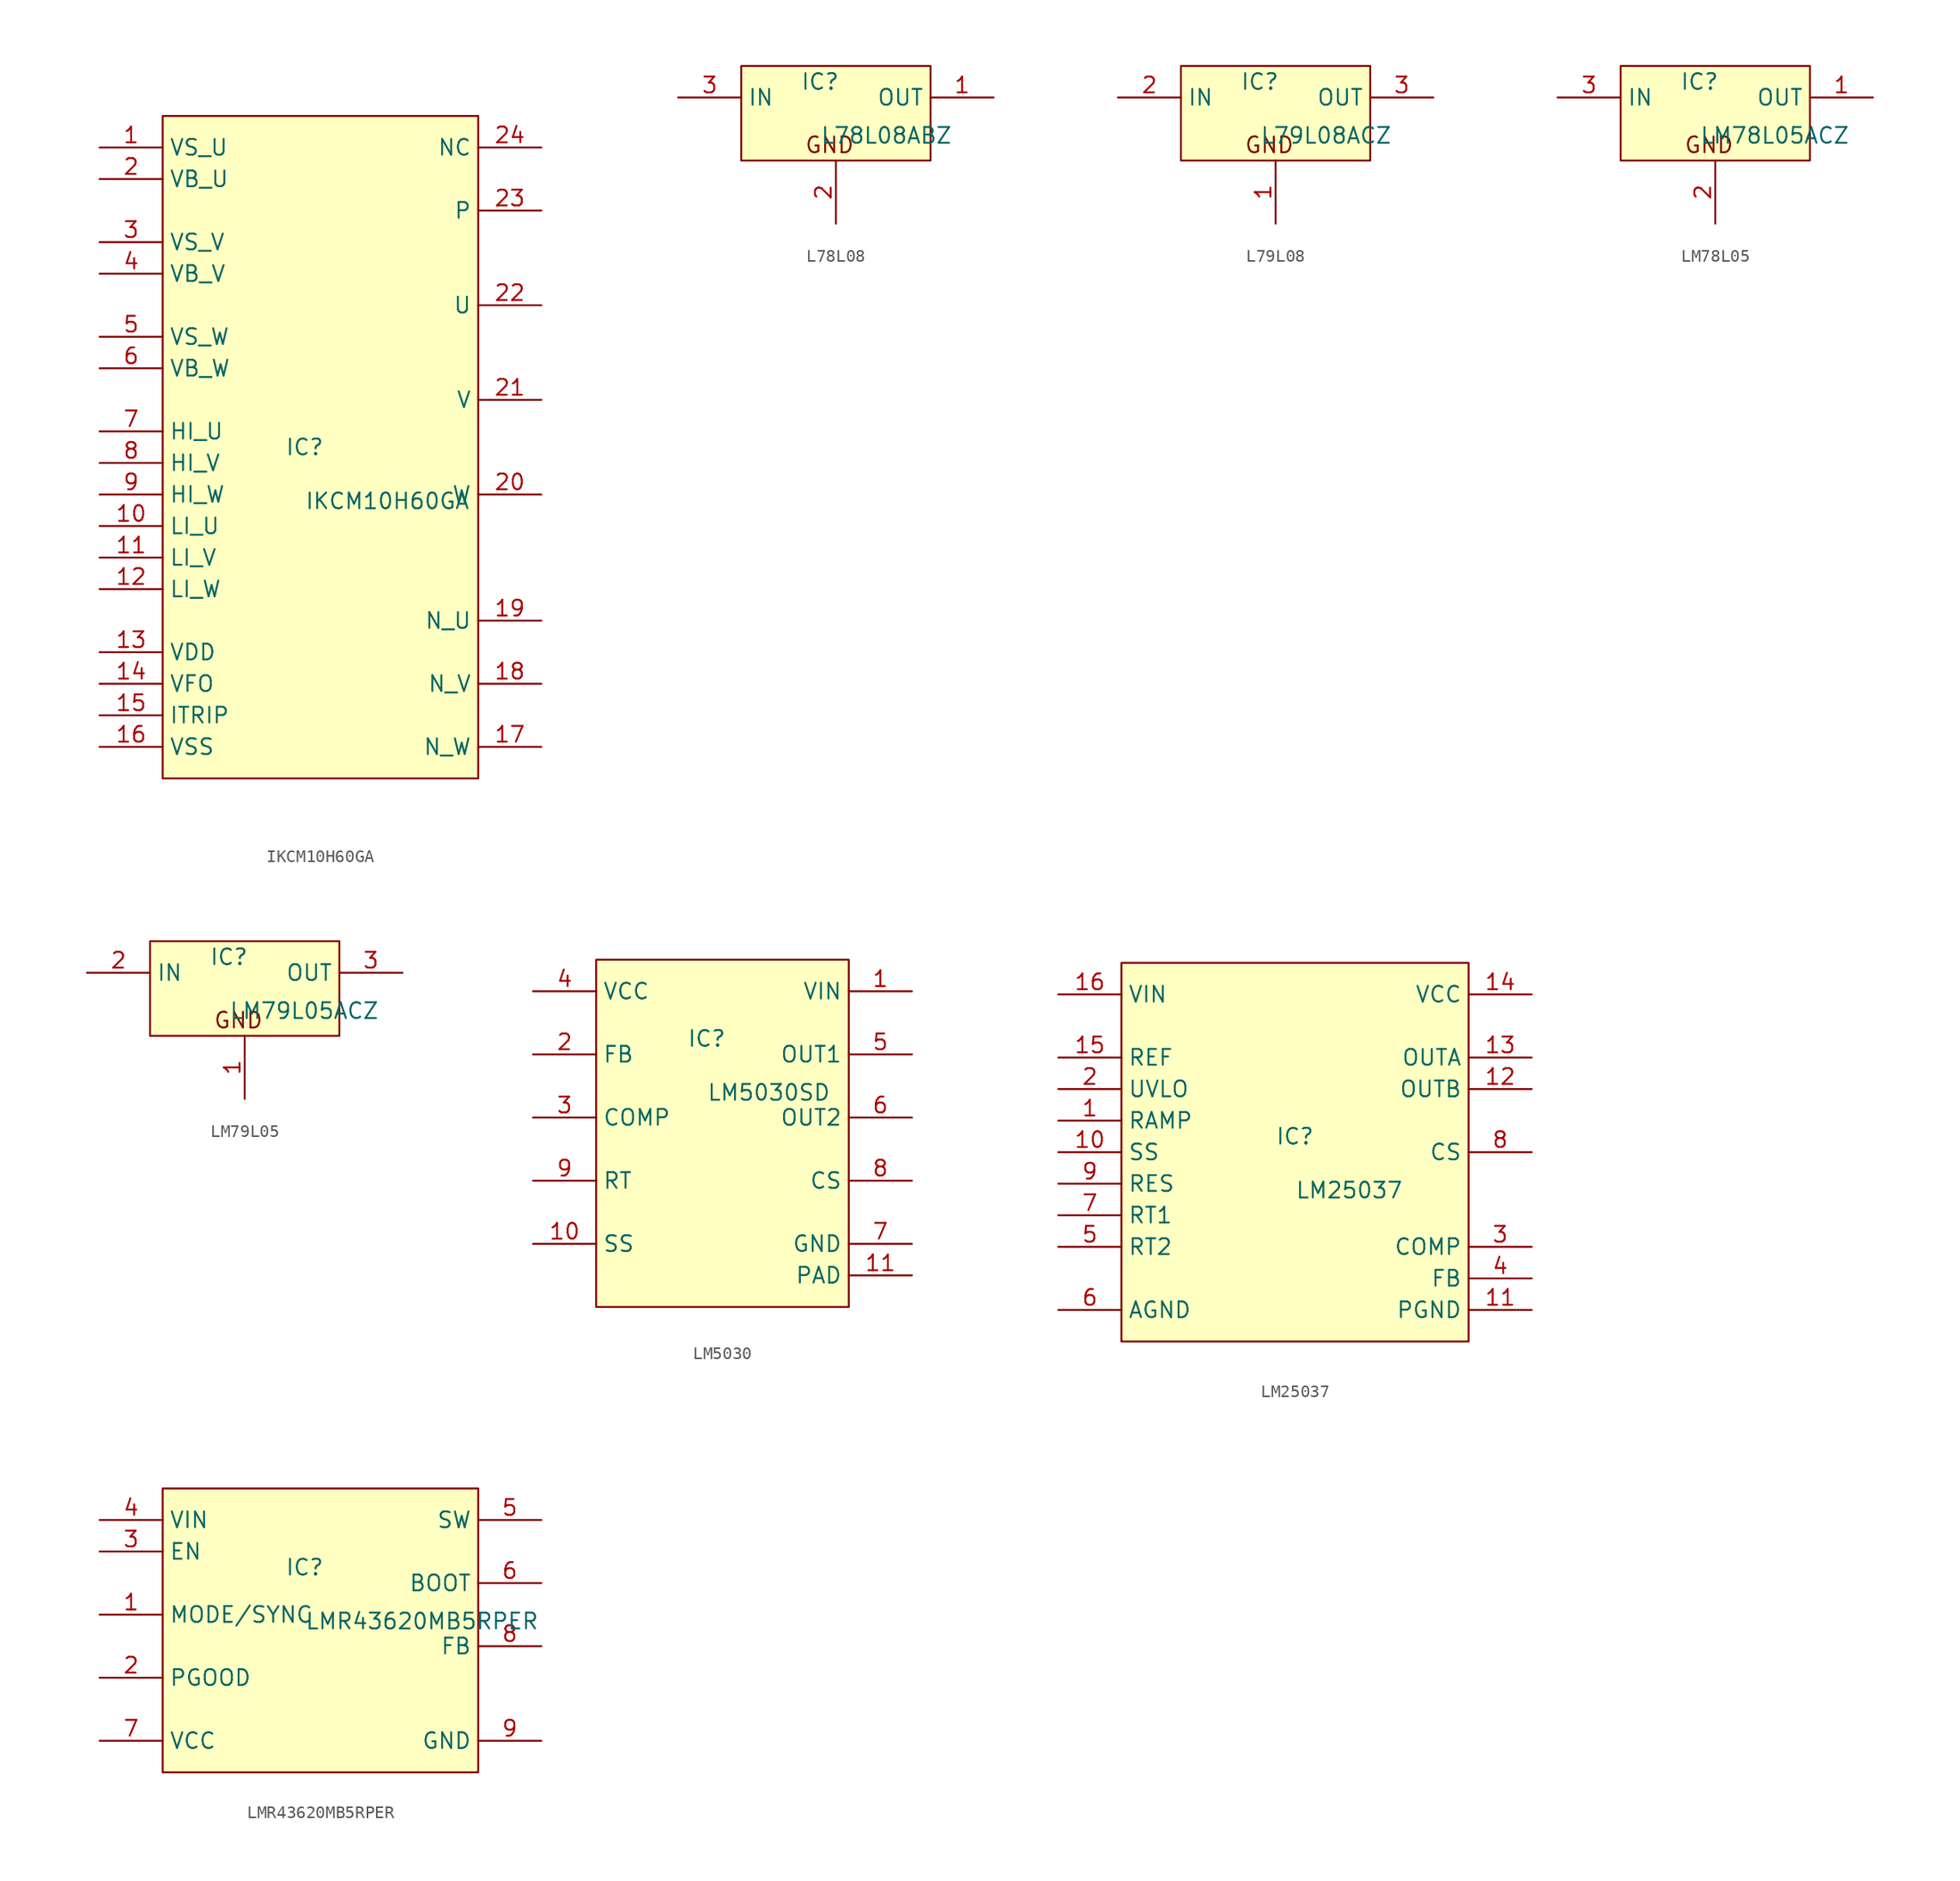
<source format=kicad_sym>
(kicad_symbol_lib
  (version 20231120)
  (generator "kicad_symbol_editor")
  (generator_version "8.0")
  (symbol "IKCM10H60GA"
    (property "Reference" "IC"
      (at -1.27 1.27 0)
      (effects (font (size 1.27 1.27))))
    (property "Value" "IKCM10H60GA"
      (at -1.27 -3.81 0)
      (effects (font (size 1.27 1.27)) (justify left bottom)))
    (symbol "IKCM10H60GA_1_0"
      (rectangle (start -12.7 27.94) (end 12.7 -25.4) (stroke (width 0) (type solid) (color 128 0 0 1)) (fill (type background)))
      (pin passive line (at -17.78 25.4 0) (length 5.08) (name "VS_U" (effects (font (size 1.27 1.27)))) (number "1" (effects (font (size 1.27 1.27)))))
      (pin input line (at -17.78 -5.08 0) (length 5.08) (name "LI_U" (effects (font (size 1.27 1.27)))) (number "10" (effects (font (size 1.27 1.27)))))
      (pin input line (at -17.78 -7.62 0) (length 5.08) (name "LI_V" (effects (font (size 1.27 1.27)))) (number "11" (effects (font (size 1.27 1.27)))))
      (pin input line (at -17.78 -10.16 0) (length 5.08) (name "LI_W" (effects (font (size 1.27 1.27)))) (number "12" (effects (font (size 1.27 1.27)))))
      (pin passive line (at -17.78 -15.24 0) (length 5.08) (name "VDD" (effects (font (size 1.27 1.27)))) (number "13" (effects (font (size 1.27 1.27)))))
      (pin output line (at -17.78 -17.78 0) (length 5.08) (name "VFO" (effects (font (size 1.27 1.27)))) (number "14" (effects (font (size 1.27 1.27)))))
      (pin input line (at -17.78 -20.32 0) (length 5.08) (name "ITRIP" (effects (font (size 1.27 1.27)))) (number "15" (effects (font (size 1.27 1.27)))))
      (pin passive line (at -17.78 -22.86 0) (length 5.08) (name "VSS" (effects (font (size 1.27 1.27)))) (number "16" (effects (font (size 1.27 1.27)))))
      (pin passive line (at 17.78 -22.86 180) (length 5.08) (name "N_W" (effects (font (size 1.27 1.27)))) (number "17" (effects (font (size 1.27 1.27)))))
      (pin passive line (at 17.78 -17.78 180) (length 5.08) (name "N_V" (effects (font (size 1.27 1.27)))) (number "18" (effects (font (size 1.27 1.27)))))
      (pin passive line (at 17.78 -12.7 180) (length 5.08) (name "N_U" (effects (font (size 1.27 1.27)))) (number "19" (effects (font (size 1.27 1.27)))))
      (pin passive line (at -17.78 22.86 0) (length 5.08) (name "VB_U" (effects (font (size 1.27 1.27)))) (number "2" (effects (font (size 1.27 1.27)))))
      (pin passive line (at 17.78 -2.54 180) (length 5.08) (name "W" (effects (font (size 1.27 1.27)))) (number "20" (effects (font (size 1.27 1.27)))))
      (pin passive line (at 17.78 5.08 180) (length 5.08) (name "V" (effects (font (size 1.27 1.27)))) (number "21" (effects (font (size 1.27 1.27)))))
      (pin passive line (at 17.78 12.7 180) (length 5.08) (name "U" (effects (font (size 1.27 1.27)))) (number "22" (effects (font (size 1.27 1.27)))))
      (pin passive line (at 17.78 20.32 180) (length 5.08) (name "P" (effects (font (size 1.27 1.27)))) (number "23" (effects (font (size 1.27 1.27)))))
      (pin passive line (at 17.78 25.4 180) (length 5.08) (name "NC" (effects (font (size 1.27 1.27)))) (number "24" (effects (font (size 1.27 1.27)))))
      (pin passive line (at -17.78 17.78 0) (length 5.08) (name "VS_V" (effects (font (size 1.27 1.27)))) (number "3" (effects (font (size 1.27 1.27)))))
      (pin passive line (at -17.78 15.24 0) (length 5.08) (name "VB_V" (effects (font (size 1.27 1.27)))) (number "4" (effects (font (size 1.27 1.27)))))
      (pin passive line (at -17.78 10.16 0) (length 5.08) (name "VS_W" (effects (font (size 1.27 1.27)))) (number "5" (effects (font (size 1.27 1.27)))))
      (pin passive line (at -17.78 7.62 0) (length 5.08) (name "VB_W" (effects (font (size 1.27 1.27)))) (number "6" (effects (font (size 1.27 1.27)))))
      (pin input line (at -17.78 2.54 0) (length 5.08) (name "HI_U" (effects (font (size 1.27 1.27)))) (number "7" (effects (font (size 1.27 1.27)))))
      (pin input line (at -17.78 0 0) (length 5.08) (name "HI_V" (effects (font (size 1.27 1.27)))) (number "8" (effects (font (size 1.27 1.27)))))
      (pin input line (at -17.78 -2.54 0) (length 5.08) (name "HI_W" (effects (font (size 1.27 1.27)))) (number "9" (effects (font (size 1.27 1.27)))))))
  (symbol "L78L08"
    (property "Reference" "IC"
      (at -1.27 1.27 0)
      (effects (font (size 1.27 1.27))))
    (property "Value" "L78L08ABZ"
      (at -1.27 -3.81 0)
      (effects (font (size 1.27 1.27)) (justify left bottom)))
    (symbol "L78L08_1_0"
      (rectangle (start -7.62 2.54) (end 7.62 -5.08) (stroke (width 0) (type solid) (color 128 0 0 1)) (fill (type background)))
      (text "GND" (at -2.54 -4.572 0) (effects (font (size 1.27 1.27)) (justify left bottom)))
      (pin passive line (at 12.7 0 180) (length 5.08) (name "OUT" (effects (font (size 1.27 1.27)))) (number "1" (effects (font (size 1.27 1.27)))))
      (pin passive line (at 0 -10.16 90) (length 5.08) (name "GND" (effects (font (size 0 0)))) (number "2" (effects (font (size 1.27 1.27)))))
      (pin passive line (at -12.7 0 0) (length 5.08) (name "IN" (effects (font (size 1.27 1.27)))) (number "3" (effects (font (size 1.27 1.27)))))))
  (symbol "L79L08"
    (property "Reference" "IC"
      (at -1.27 1.27 0)
      (effects (font (size 1.27 1.27))))
    (property "Value" "L79L08ACZ"
      (at -1.27 -3.81 0)
      (effects (font (size 1.27 1.27)) (justify left bottom)))
    (symbol "L79L08_1_0"
      (rectangle (start -7.62 2.54) (end 7.62 -5.08) (stroke (width 0) (type solid) (color 128 0 0 1)) (fill (type background)))
      (text "GND" (at -2.54 -4.572 0) (effects (font (size 1.27 1.27)) (justify left bottom)))
      (pin passive line (at 0 -10.16 90) (length 5.08) (name "GND" (effects (font (size 0 0)))) (number "1" (effects (font (size 1.27 1.27)))))
      (pin passive line (at -12.7 0 0) (length 5.08) (name "IN" (effects (font (size 1.27 1.27)))) (number "2" (effects (font (size 1.27 1.27)))))
      (pin passive line (at 12.7 0 180) (length 5.08) (name "OUT" (effects (font (size 1.27 1.27)))) (number "3" (effects (font (size 1.27 1.27)))))))
  (symbol "LM78L05"
    (property "Reference" "IC"
      (at -1.27 1.27 0)
      (effects (font (size 1.27 1.27))))
    (property "Value" "LM78L05ACZ"
      (at -1.27 -3.81 0)
      (effects (font (size 1.27 1.27)) (justify left bottom)))
    (symbol "LM78L05_1_0"
      (rectangle (start -7.62 2.54) (end 7.62 -5.08) (stroke (width 0) (type solid) (color 128 0 0 1)) (fill (type background)))
      (text "GND" (at -2.54 -4.572 0) (effects (font (size 1.27 1.27)) (justify left bottom)))
      (pin passive line (at 12.7 0 180) (length 5.08) (name "OUT" (effects (font (size 1.27 1.27)))) (number "1" (effects (font (size 1.27 1.27)))))
      (pin passive line (at 0 -10.16 90) (length 5.08) (name "GND" (effects (font (size 0 0)))) (number "2" (effects (font (size 1.27 1.27)))))
      (pin passive line (at -12.7 0 0) (length 5.08) (name "IN" (effects (font (size 1.27 1.27)))) (number "3" (effects (font (size 1.27 1.27)))))))
  (symbol "LM79L05"
    (property "Reference" "IC"
      (at -1.27 1.27 0)
      (effects (font (size 1.27 1.27))))
    (property "Value" "LM79L05ACZ"
      (at -1.27 -3.81 0)
      (effects (font (size 1.27 1.27)) (justify left bottom)))
    (symbol "LM79L05_1_0"
      (rectangle (start -7.62 2.54) (end 7.62 -5.08) (stroke (width 0) (type solid) (color 128 0 0 1)) (fill (type background)))
      (text "GND" (at -2.54 -4.572 0) (effects (font (size 1.27 1.27)) (justify left bottom)))
      (pin passive line (at 0 -10.16 90) (length 5.08) (name "GND" (effects (font (size 0 0)))) (number "1" (effects (font (size 1.27 1.27)))))
      (pin passive line (at -12.7 0 0) (length 5.08) (name "IN" (effects (font (size 1.27 1.27)))) (number "2" (effects (font (size 1.27 1.27)))))
      (pin passive line (at 12.7 0 180) (length 5.08) (name "OUT" (effects (font (size 1.27 1.27)))) (number "3" (effects (font (size 1.27 1.27)))))))
  (symbol "LM5030"
    (property "Reference" "IC"
      (at -1.27 1.27 0)
      (effects (font (size 1.27 1.27))))
    (property "Value" "LM5030SD"
      (at -1.27 -3.81 0)
      (effects (font (size 1.27 1.27)) (justify left bottom)))
    (symbol "LM5030_1_0"
      (rectangle (start -10.16 7.62) (end 10.16 -20.32) (stroke (width 0) (type solid) (color 128 0 0 1)) (fill (type background)))
      (pin passive line (at 15.24 5.08 180) (length 5.08) (name "VIN" (effects (font (size 1.27 1.27)))) (number "1" (effects (font (size 1.27 1.27)))))
      (pin input line (at -15.24 -15.24 0) (length 5.08) (name "SS" (effects (font (size 1.27 1.27)))) (number "10" (effects (font (size 1.27 1.27)))))
      (pin passive line (at 15.24 -17.78 180) (length 5.08) (name "PAD" (effects (font (size 1.27 1.27)))) (number "11" (effects (font (size 1.27 1.27)))))
      (pin input line (at -15.24 0 0) (length 5.08) (name "FB" (effects (font (size 1.27 1.27)))) (number "2" (effects (font (size 1.27 1.27)))))
      (pin output line (at -15.24 -5.08 0) (length 5.08) (name "COMP" (effects (font (size 1.27 1.27)))) (number "3" (effects (font (size 1.27 1.27)))))
      (pin passive line (at -15.24 5.08 0) (length 5.08) (name "VCC" (effects (font (size 1.27 1.27)))) (number "4" (effects (font (size 1.27 1.27)))))
      (pin output line (at 15.24 0 180) (length 5.08) (name "OUT1" (effects (font (size 1.27 1.27)))) (number "5" (effects (font (size 1.27 1.27)))))
      (pin output line (at 15.24 -5.08 180) (length 5.08) (name "OUT2" (effects (font (size 1.27 1.27)))) (number "6" (effects (font (size 1.27 1.27)))))
      (pin passive line (at 15.24 -15.24 180) (length 5.08) (name "GND" (effects (font (size 1.27 1.27)))) (number "7" (effects (font (size 1.27 1.27)))))
      (pin input line (at 15.24 -10.16 180) (length 5.08) (name "CS" (effects (font (size 1.27 1.27)))) (number "8" (effects (font (size 1.27 1.27)))))
      (pin input line (at -15.24 -10.16 0) (length 5.08) (name "RT" (effects (font (size 1.27 1.27)))) (number "9" (effects (font (size 1.27 1.27)))))))
  (symbol "LM25037"
    (property "Reference" "IC"
      (at -1.27 1.27 0)
      (effects (font (size 1.27 1.27))))
    (property "Value" "LM25037"
      (at -1.27 -3.81 0)
      (effects (font (size 1.27 1.27)) (justify left bottom)))
    (symbol "LM25037_1_0"
      (rectangle (start -15.24 15.24) (end 12.7 -15.24) (stroke (width 0) (type solid) (color 128 0 0 1)) (fill (type background)))
      (pin input line (at -20.32 2.54 0) (length 5.08) (name "RAMP" (effects (font (size 1.27 1.27)))) (number "1" (effects (font (size 1.27 1.27)))))
      (pin input line (at -20.32 0 0) (length 5.08) (name "SS" (effects (font (size 1.27 1.27)))) (number "10" (effects (font (size 1.27 1.27)))))
      (pin passive line (at 17.78 -12.7 180) (length 5.08) (name "PGND" (effects (font (size 1.27 1.27)))) (number "11" (effects (font (size 1.27 1.27)))))
      (pin output line (at 17.78 5.08 180) (length 5.08) (name "OUTB" (effects (font (size 1.27 1.27)))) (number "12" (effects (font (size 1.27 1.27)))))
      (pin output line (at 17.78 7.62 180) (length 5.08) (name "OUTA" (effects (font (size 1.27 1.27)))) (number "13" (effects (font (size 1.27 1.27)))))
      (pin passive line (at 17.78 12.7 180) (length 5.08) (name "VCC" (effects (font (size 1.27 1.27)))) (number "14" (effects (font (size 1.27 1.27)))))
      (pin output line (at -20.32 7.62 0) (length 5.08) (name "REF" (effects (font (size 1.27 1.27)))) (number "15" (effects (font (size 1.27 1.27)))))
      (pin power_in line (at -20.32 12.7 0) (length 5.08) (name "VIN" (effects (font (size 1.27 1.27)))) (number "16" (effects (font (size 1.27 1.27)))))
      (pin input line (at -20.32 5.08 0) (length 5.08) (name "UVLO" (effects (font (size 1.27 1.27)))) (number "2" (effects (font (size 1.27 1.27)))))
      (pin bidirectional line (at 17.78 -7.62 180) (length 5.08) (name "COMP" (effects (font (size 1.27 1.27)))) (number "3" (effects (font (size 1.27 1.27)))))
      (pin input line (at 17.78 -10.16 180) (length 5.08) (name "FB" (effects (font (size 1.27 1.27)))) (number "4" (effects (font (size 1.27 1.27)))))
      (pin input line (at -20.32 -7.62 0) (length 5.08) (name "RT2" (effects (font (size 1.27 1.27)))) (number "5" (effects (font (size 1.27 1.27)))))
      (pin passive line (at -20.32 -12.7 0) (length 5.08) (name "AGND" (effects (font (size 1.27 1.27)))) (number "6" (effects (font (size 1.27 1.27)))))
      (pin input line (at -20.32 -5.08 0) (length 5.08) (name "RT1" (effects (font (size 1.27 1.27)))) (number "7" (effects (font (size 1.27 1.27)))))
      (pin input line (at 17.78 0 180) (length 5.08) (name "CS" (effects (font (size 1.27 1.27)))) (number "8" (effects (font (size 1.27 1.27)))))
      (pin bidirectional line (at -20.32 -2.54 0) (length 5.08) (name "RES" (effects (font (size 1.27 1.27)))) (number "9" (effects (font (size 1.27 1.27)))))))
  (symbol "LMR43620MB5RPER"
    (property "Reference" "IC"
      (at -1.27 1.27 0)
      (effects (font (size 1.27 1.27))))
    (property "Value" "LMR43620MB5RPER"
      (at -1.27 -3.81 0)
      (effects (font (size 1.27 1.27)) (justify left bottom)))
    (symbol "LMR43620MB5RPER_1_0"
      (rectangle (start -12.7 7.62) (end 12.7 -15.24) (stroke (width 0) (type solid) (color 128 0 0 1)) (fill (type background)))
      (pin passive line (at -17.78 -2.54 0) (length 5.08) (name "MODE/SYNC" (effects (font (size 1.27 1.27)))) (number "1" (effects (font (size 1.27 1.27)))))
      (pin open_collector line (at -17.78 -7.62 0) (length 5.08) (name "PGOOD" (effects (font (size 1.27 1.27)))) (number "2" (effects (font (size 1.27 1.27)))))
      (pin passive line (at -17.78 2.54 0) (length 5.08) (name "EN" (effects (font (size 1.27 1.27)))) (number "3" (effects (font (size 1.27 1.27)))))
      (pin passive line (at -17.78 5.08 0) (length 5.08) (name "VIN" (effects (font (size 1.27 1.27)))) (number "4" (effects (font (size 1.27 1.27)))))
      (pin passive line (at 17.78 5.08 180) (length 5.08) (name "SW" (effects (font (size 1.27 1.27)))) (number "5" (effects (font (size 1.27 1.27)))))
      (pin passive line (at 17.78 0 180) (length 5.08) (name "BOOT" (effects (font (size 1.27 1.27)))) (number "6" (effects (font (size 1.27 1.27)))))
      (pin passive line (at -17.78 -12.7 0) (length 5.08) (name "VCC" (effects (font (size 1.27 1.27)))) (number "7" (effects (font (size 1.27 1.27)))))
      (pin passive line (at 17.78 -5.08 180) (length 5.08) (name "FB" (effects (font (size 1.27 1.27)))) (number "8" (effects (font (size 1.27 1.27)))))
      (pin passive line (at 17.78 -12.7 180) (length 5.08) (name "GND" (effects (font (size 1.27 1.27)))) (number "9" (effects (font (size 1.27 1.27))))))))
</source>
